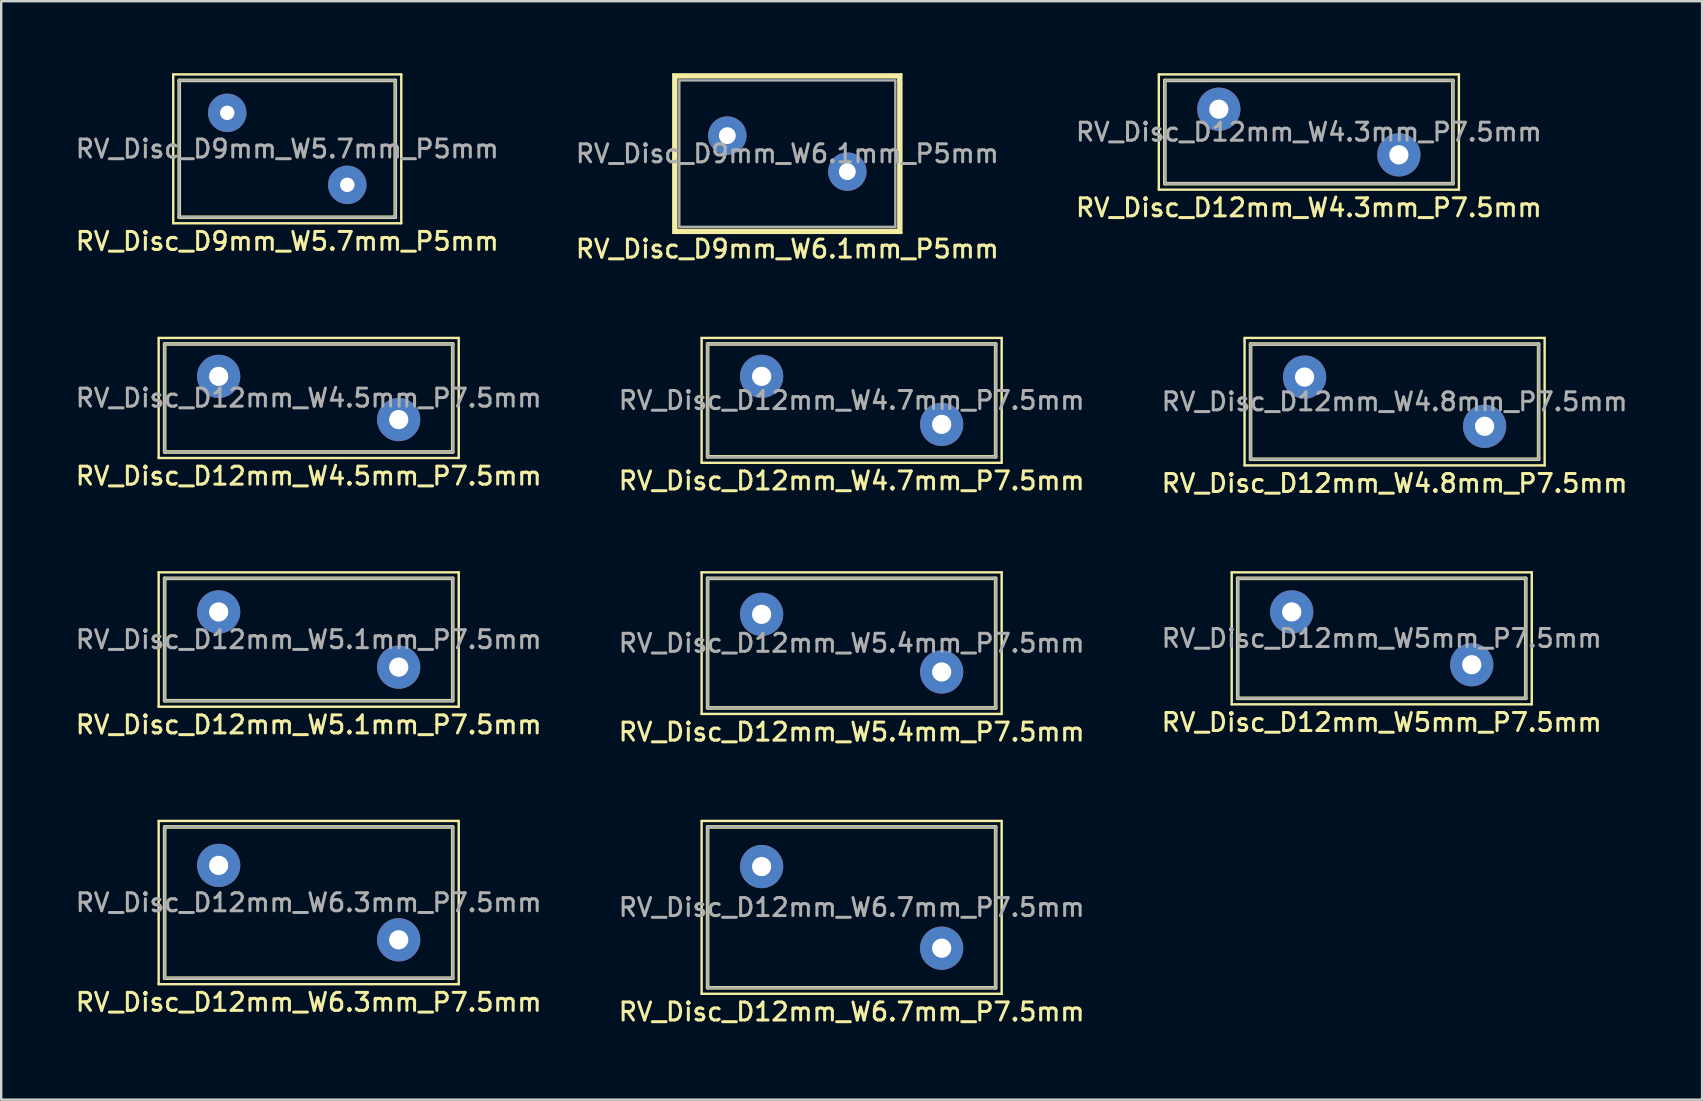
<source format=kicad_pcb>
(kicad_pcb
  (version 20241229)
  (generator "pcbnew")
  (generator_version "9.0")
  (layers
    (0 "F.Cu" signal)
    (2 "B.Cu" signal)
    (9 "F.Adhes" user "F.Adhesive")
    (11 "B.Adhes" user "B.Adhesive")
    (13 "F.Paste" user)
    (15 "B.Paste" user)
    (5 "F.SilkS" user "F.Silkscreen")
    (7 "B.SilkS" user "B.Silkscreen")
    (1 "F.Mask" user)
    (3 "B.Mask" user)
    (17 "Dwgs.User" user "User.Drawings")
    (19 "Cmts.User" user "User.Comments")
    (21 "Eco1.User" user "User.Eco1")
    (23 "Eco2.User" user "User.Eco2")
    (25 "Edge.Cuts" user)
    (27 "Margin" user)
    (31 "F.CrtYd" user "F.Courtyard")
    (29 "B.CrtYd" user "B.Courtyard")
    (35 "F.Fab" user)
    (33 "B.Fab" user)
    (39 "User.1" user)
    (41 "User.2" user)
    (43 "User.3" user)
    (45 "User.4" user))
  (footprint "RV_Disc_D12mm_W4.5mm_P7.5mm"
    (layer "F.Cu")
    (at 6.059 12.628)
    (property "Reference" "RV_Disc_D12mm_W4.5mm_P7.5mm" (at 3.75 4.15 0) (layer "F.SilkS") (effects (font (size 0.75 0.75) (thickness 0.125))))
    (attr through_hole)
    (fp_line (start -2.5 -1.6) (end -2.5 3.4) (stroke (width 0.1) (type solid)) (layer "F.SilkS"))
    (fp_line (start -2.5 -1.6) (end 10 -1.6) (stroke (width 0.1) (type solid)) (layer "F.SilkS"))
    (fp_line (start -2.5 3.4) (end 10 3.4) (stroke (width 0.1) (type solid)) (layer "F.SilkS"))
    (fp_line (start -2.25 -1.35) (end -2.25 3.15) (stroke (width 0.15) (type solid)) (layer "F.SilkS"))
    (fp_line (start -2.25 -1.35) (end 9.75 -1.35) (stroke (width 0.15) (type solid)) (layer "F.SilkS"))
    (fp_line (start -2.25 3.15) (end 9.75 3.15) (stroke (width 0.15) (type solid)) (layer "F.SilkS"))
    (fp_line (start 9.75 -1.35) (end 9.75 3.15) (stroke (width 0.15) (type solid)) (layer "F.SilkS"))
    (fp_line (start 10 -1.6) (end 10 3.4) (stroke (width 0.1) (type solid)) (layer "F.SilkS"))
    (fp_line (start -2.25 -1.35) (end -2.25 3.15) (stroke (width 0.1) (type solid)) (layer "F.Fab"))
    (fp_line (start -2.25 -1.35) (end 9.75 -1.35) (stroke (width 0.1) (type solid)) (layer "F.Fab"))
    (fp_line (start -2.25 3.15) (end 9.75 3.15) (stroke (width 0.1) (type solid)) (layer "F.Fab"))
    (fp_line (start 9.75 -1.35) (end 9.75 3.15) (stroke (width 0.1) (type solid)) (layer "F.Fab"))
    (fp_text user "${REFERENCE}" (at 3.75 0.9 0) (layer "F.Fab") (effects (font (size 0.75 0.75) (thickness 0.125))))
    (pad "1" thru_hole circle (at 0 0) (size 1.8 1.8) (drill 0.8) (layers "*.Cu" "*.Mask"))
    (pad "2" thru_hole circle (at 7.5 1.8) (size 1.8 1.8) (drill 0.8) (layers "*.Cu" "*.Mask")))
  (footprint "RV_Disc_D12mm_W4.3mm_P7.5mm"
    (layer "F.Cu")
    (at 47.723 1.5)
    (property "Reference" "RV_Disc_D12mm_W4.3mm_P7.5mm" (at 3.75 4.1 0) (layer "F.SilkS") (effects (font (size 0.75 0.75) (thickness 0.125))))
    (attr through_hole)
    (fp_line (start -2.5 -1.45) (end -2.5 3.35) (stroke (width 0.1) (type solid)) (layer "F.SilkS"))
    (fp_line (start -2.5 -1.45) (end 10 -1.45) (stroke (width 0.1) (type solid)) (layer "F.SilkS"))
    (fp_line (start -2.5 3.35) (end 10 3.35) (stroke (width 0.1) (type solid)) (layer "F.SilkS"))
    (fp_line (start -2.25 -1.2) (end -2.25 3.1) (stroke (width 0.15) (type solid)) (layer "F.SilkS"))
    (fp_line (start -2.25 -1.2) (end 9.75 -1.2) (stroke (width 0.15) (type solid)) (layer "F.SilkS"))
    (fp_line (start -2.25 3.1) (end 9.75 3.1) (stroke (width 0.15) (type solid)) (layer "F.SilkS"))
    (fp_line (start 9.75 -1.2) (end 9.75 3.1) (stroke (width 0.15) (type solid)) (layer "F.SilkS"))
    (fp_line (start 10 -1.45) (end 10 3.35) (stroke (width 0.1) (type solid)) (layer "F.SilkS"))
    (fp_line (start -2.25 -1.2) (end -2.25 3.1) (stroke (width 0.1) (type solid)) (layer "F.Fab"))
    (fp_line (start -2.25 -1.2) (end 9.75 -1.2) (stroke (width 0.1) (type solid)) (layer "F.Fab"))
    (fp_line (start -2.25 3.1) (end 9.75 3.1) (stroke (width 0.1) (type solid)) (layer "F.Fab"))
    (fp_line (start 9.75 -1.2) (end 9.75 3.1) (stroke (width 0.1) (type solid)) (layer "F.Fab"))
    (fp_text user "${REFERENCE}" (at 3.75 0.95 0) (layer "F.Fab") (effects (font (size 0.75 0.75) (thickness 0.125))))
    (pad "1" thru_hole circle (at 0 0) (size 1.8 1.8) (drill 0.8) (layers "*.Cu" "*.Mask"))
    (pad "2" thru_hole circle (at 7.5 1.9) (size 1.8 1.8) (drill 0.8) (layers "*.Cu" "*.Mask")))
  (footprint "RV_Disc_D12mm_W4.7mm_P7.5mm"
    (layer "F.Cu")
    (at 28.677 12.628)
    (property "Reference" "RV_Disc_D12mm_W4.7mm_P7.5mm" (at 3.75 4.35 0) (layer "F.SilkS") (effects (font (size 0.75 0.75) (thickness 0.125))))
    (attr through_hole)
    (fp_line (start -2.5 -1.6) (end -2.5 3.6) (stroke (width 0.1) (type solid)) (layer "F.SilkS"))
    (fp_line (start -2.5 -1.6) (end 10 -1.6) (stroke (width 0.1) (type solid)) (layer "F.SilkS"))
    (fp_line (start -2.5 3.6) (end 10 3.6) (stroke (width 0.1) (type solid)) (layer "F.SilkS"))
    (fp_line (start -2.25 -1.35) (end -2.25 3.35) (stroke (width 0.15) (type solid)) (layer "F.SilkS"))
    (fp_line (start -2.25 -1.35) (end 9.75 -1.35) (stroke (width 0.15) (type solid)) (layer "F.SilkS"))
    (fp_line (start -2.25 3.35) (end 9.75 3.35) (stroke (width 0.15) (type solid)) (layer "F.SilkS"))
    (fp_line (start 9.75 -1.35) (end 9.75 3.35) (stroke (width 0.15) (type solid)) (layer "F.SilkS"))
    (fp_line (start 10 -1.6) (end 10 3.6) (stroke (width 0.1) (type solid)) (layer "F.SilkS"))
    (fp_line (start -2.25 -1.35) (end -2.25 3.35) (stroke (width 0.1) (type solid)) (layer "F.Fab"))
    (fp_line (start -2.25 -1.35) (end 9.75 -1.35) (stroke (width 0.1) (type solid)) (layer "F.Fab"))
    (fp_line (start -2.25 3.35) (end 9.75 3.35) (stroke (width 0.1) (type solid)) (layer "F.Fab"))
    (fp_line (start 9.75 -1.35) (end 9.75 3.35) (stroke (width 0.1) (type solid)) (layer "F.Fab"))
    (fp_text user "${REFERENCE}" (at 3.75 1 0) (layer "F.Fab") (effects (font (size 0.75 0.75) (thickness 0.125))))
    (pad "1" thru_hole circle (at 0 0) (size 1.8 1.8) (drill 0.8) (layers "*.Cu" "*.Mask"))
    (pad "2" thru_hole circle (at 7.5 2) (size 1.8 1.8) (drill 0.8) (layers "*.Cu" "*.Mask")))
  (footprint "RV_Disc_D12mm_W4.8mm_P7.5mm"
    (layer "F.Cu")
    (at 51.295 12.658)
    (property "Reference" "RV_Disc_D12mm_W4.8mm_P7.5mm" (at 3.75 4.425 0) (layer "F.SilkS") (effects (font (size 0.75 0.75) (thickness 0.125))))
    (attr through_hole)
    (fp_line (start -2.5 -1.63) (end -2.5 3.68) (stroke (width 0.1) (type solid)) (layer "F.SilkS"))
    (fp_line (start -2.5 -1.63) (end 10 -1.63) (stroke (width 0.1) (type solid)) (layer "F.SilkS"))
    (fp_line (start -2.5 3.68) (end 10 3.68) (stroke (width 0.1) (type solid)) (layer "F.SilkS"))
    (fp_line (start -2.25 -1.375) (end -2.25 3.425) (stroke (width 0.15) (type solid)) (layer "F.SilkS"))
    (fp_line (start -2.25 -1.375) (end 9.75 -1.375) (stroke (width 0.15) (type solid)) (layer "F.SilkS"))
    (fp_line (start -2.25 3.425) (end 9.75 3.425) (stroke (width 0.15) (type solid)) (layer "F.SilkS"))
    (fp_line (start 9.75 -1.375) (end 9.75 3.425) (stroke (width 0.15) (type solid)) (layer "F.SilkS"))
    (fp_line (start 10 -1.63) (end 10 3.68) (stroke (width 0.1) (type solid)) (layer "F.SilkS"))
    (fp_line (start -2.25 -1.375) (end -2.25 3.425) (stroke (width 0.1) (type solid)) (layer "F.Fab"))
    (fp_line (start -2.25 -1.375) (end 9.75 -1.375) (stroke (width 0.1) (type solid)) (layer "F.Fab"))
    (fp_line (start -2.25 3.425) (end 9.75 3.425) (stroke (width 0.1) (type solid)) (layer "F.Fab"))
    (fp_line (start 9.75 -1.375) (end 9.75 3.425) (stroke (width 0.1) (type solid)) (layer "F.Fab"))
    (fp_text user "${REFERENCE}" (at 3.75 1.025 0) (layer "F.Fab") (effects (font (size 0.75 0.75) (thickness 0.125))))
    (pad "1" thru_hole circle (at 0 0) (size 1.8 1.8) (drill 0.8) (layers "*.Cu" "*.Mask"))
    (pad "2" thru_hole circle (at 7.5 2.05) (size 1.8 1.8) (drill 0.8) (layers "*.Cu" "*.Mask")))
  (footprint "RV_Disc_D12mm_W6.7mm_P7.5mm"
    (layer "F.Cu")
    (at 28.677 33.049)
    (property "Reference" "RV_Disc_D12mm_W6.7mm_P7.5mm" (at 3.75 6.05 0) (layer "F.SilkS") (effects (font (size 0.75 0.75) (thickness 0.125))))
    (attr through_hole)
    (fp_line (start -2.5 -1.9) (end -2.5 5.3) (stroke (width 0.1) (type solid)) (layer "F.SilkS"))
    (fp_line (start -2.5 -1.9) (end 10 -1.9) (stroke (width 0.1) (type solid)) (layer "F.SilkS"))
    (fp_line (start -2.5 5.3) (end 10 5.3) (stroke (width 0.1) (type solid)) (layer "F.SilkS"))
    (fp_line (start -2.25 -1.65) (end -2.25 5.05) (stroke (width 0.15) (type solid)) (layer "F.SilkS"))
    (fp_line (start -2.25 -1.65) (end 9.75 -1.65) (stroke (width 0.15) (type solid)) (layer "F.SilkS"))
    (fp_line (start -2.25 5.05) (end 9.75 5.05) (stroke (width 0.15) (type solid)) (layer "F.SilkS"))
    (fp_line (start 9.75 -1.65) (end 9.75 5.05) (stroke (width 0.15) (type solid)) (layer "F.SilkS"))
    (fp_line (start 10 -1.9) (end 10 5.3) (stroke (width 0.1) (type solid)) (layer "F.SilkS"))
    (fp_line (start -2.25 -1.65) (end -2.25 5.05) (stroke (width 0.1) (type solid)) (layer "F.Fab"))
    (fp_line (start -2.25 -1.65) (end 9.75 -1.65) (stroke (width 0.1) (type solid)) (layer "F.Fab"))
    (fp_line (start -2.25 5.05) (end 9.75 5.05) (stroke (width 0.1) (type solid)) (layer "F.Fab"))
    (fp_line (start 9.75 -1.65) (end 9.75 5.05) (stroke (width 0.1) (type solid)) (layer "F.Fab"))
    (fp_text user "${REFERENCE}" (at 3.75 1.7 0) (layer "F.Fab") (effects (font (size 0.75 0.75) (thickness 0.125))))
    (pad "1" thru_hole circle (at 0 0) (size 1.8 1.8) (drill 0.8) (layers "*.Cu" "*.Mask"))
    (pad "2" thru_hole circle (at 7.5 3.4) (size 1.8 1.8) (drill 0.8) (layers "*.Cu" "*.Mask")))
  (footprint "RV_Disc_D9mm_W5.7mm_P5mm"
    (layer "F.Cu")
    (at 6.416 1.65)
    (property "Reference" "RV_Disc_D9mm_W5.7mm_P5mm" (at 2.5 5.35 0) (layer "F.SilkS") (effects (font (size 0.75 0.75) (thickness 0.125))))
    (attr through_hole)
    (fp_line (start -2.25 -1.6) (end -2.25 4.6) (stroke (width 0.1) (type solid)) (layer "F.SilkS"))
    (fp_line (start -2.25 -1.6) (end 7.25 -1.6) (stroke (width 0.1) (type solid)) (layer "F.SilkS"))
    (fp_line (start -2.25 4.6) (end 7.25 4.6) (stroke (width 0.1) (type solid)) (layer "F.SilkS"))
    (fp_line (start -2 -1.35) (end -2 4.35) (stroke (width 0.15) (type solid)) (layer "F.SilkS"))
    (fp_line (start -2 -1.35) (end 7 -1.35) (stroke (width 0.15) (type solid)) (layer "F.SilkS"))
    (fp_line (start -2 4.35) (end 7 4.35) (stroke (width 0.15) (type solid)) (layer "F.SilkS"))
    (fp_line (start 7 -1.35) (end 7 4.35) (stroke (width 0.15) (type solid)) (layer "F.SilkS"))
    (fp_line (start 7.25 -1.6) (end 7.25 4.6) (stroke (width 0.1) (type solid)) (layer "F.SilkS"))
    (fp_line (start -2 -1.35) (end -2 4.35) (stroke (width 0.1) (type solid)) (layer "F.Fab"))
    (fp_line (start -2 -1.35) (end 7 -1.35) (stroke (width 0.1) (type solid)) (layer "F.Fab"))
    (fp_line (start -2 4.35) (end 7 4.35) (stroke (width 0.1) (type solid)) (layer "F.Fab"))
    (fp_line (start 7 -1.35) (end 7 4.35) (stroke (width 0.1) (type solid)) (layer "F.Fab"))
    (fp_text user "${REFERENCE}" (at 2.5 1.5 0) (layer "F.Fab") (effects (font (size 0.75 0.75) (thickness 0.125))))
    (pad "1" thru_hole circle (at 0 0) (size 1.6 1.6) (drill 0.6) (layers "*.Cu" "*.Mask"))
    (pad "2" thru_hole circle (at 5 3) (size 1.6 1.6) (drill 0.6) (layers "*.Cu" "*.Mask")))
  (footprint "RV_Disc_D9mm_W6.1mm_P5mm"
    (layer "F.Cu")
    (at 27.248 2.6)
    (property "Reference" "RV_Disc_D9mm_W6.1mm_P5mm" (at 2.5 4.72 0) (layer "F.SilkS") (effects (font (size 0.75 0.75) (thickness 0.125))))
    (attr through_hole)
    (fp_line (start -2.25 -2.55) (end -2.25 4.05) (stroke (width 0.1) (type solid)) (layer "F.SilkS"))
    (fp_line (start -2.25 -2.55) (end 7.25 -2.55) (stroke (width 0.1) (type solid)) (layer "F.SilkS"))
    (fp_line (start -2.25 4.05) (end 7.25 4.05) (stroke (width 0.1) (type solid)) (layer "F.SilkS"))
    (fp_line (start -2.15 -2.45) (end -2.15 3.95) (stroke (width 0.15) (type solid)) (layer "F.SilkS"))
    (fp_line (start -2.15 -2.45) (end 7.15 -2.45) (stroke (width 0.15) (type solid)) (layer "F.SilkS"))
    (fp_line (start -2.15 3.95) (end 7.15 3.95) (stroke (width 0.15) (type solid)) (layer "F.SilkS"))
    (fp_line (start 7.15 -2.45) (end 7.15 3.95) (stroke (width 0.15) (type solid)) (layer "F.SilkS"))
    (fp_line (start 7.25 -2.55) (end 7.25 4.05) (stroke (width 0.1) (type solid)) (layer "F.SilkS"))
    (fp_line (start -2 -2.3) (end -2 3.8) (stroke (width 0.1) (type solid)) (layer "F.Fab"))
    (fp_line (start -2 -2.3) (end 7 -2.3) (stroke (width 0.1) (type solid)) (layer "F.Fab"))
    (fp_line (start -2 3.8) (end 7 3.8) (stroke (width 0.1) (type solid)) (layer "F.Fab"))
    (fp_line (start 7 -2.3) (end 7 3.8) (stroke (width 0.1) (type solid)) (layer "F.Fab"))
    (fp_text user "${REFERENCE}" (at 2.5 0.75 0) (layer "F.Fab") (effects (font (size 0.75 0.75) (thickness 0.125))))
    (pad "1" thru_hole circle (at 0 0) (size 1.6 1.6) (drill 0.7) (layers "*.Cu" "*.Mask"))
    (pad "2" thru_hole circle (at 5 1.5 90) (size 1.6 1.6) (drill 0.7) (layers "*.Cu" "*.Mask")))
  (footprint "RV_Disc_D12mm_W6.3mm_P7.5mm"
    (layer "F.Cu")
    (at 6.059 32.999)
    (property "Reference" "RV_Disc_D12mm_W6.3mm_P7.5mm" (at 3.75 5.7 0) (layer "F.SilkS") (effects (font (size 0.75 0.75) (thickness 0.125))))
    (attr through_hole)
    (fp_line (start -2.5 -1.85) (end -2.5 4.95) (stroke (width 0.1) (type solid)) (layer "F.SilkS"))
    (fp_line (start -2.5 -1.85) (end 10 -1.85) (stroke (width 0.1) (type solid)) (layer "F.SilkS"))
    (fp_line (start -2.5 4.95) (end 10 4.95) (stroke (width 0.1) (type solid)) (layer "F.SilkS"))
    (fp_line (start -2.25 -1.6) (end -2.25 4.7) (stroke (width 0.15) (type solid)) (layer "F.SilkS"))
    (fp_line (start -2.25 -1.6) (end 9.75 -1.6) (stroke (width 0.15) (type solid)) (layer "F.SilkS"))
    (fp_line (start -2.25 4.7) (end 9.75 4.7) (stroke (width 0.15) (type solid)) (layer "F.SilkS"))
    (fp_line (start 9.75 -1.6) (end 9.75 4.7) (stroke (width 0.15) (type solid)) (layer "F.SilkS"))
    (fp_line (start 10 -1.85) (end 10 4.95) (stroke (width 0.1) (type solid)) (layer "F.SilkS"))
    (fp_line (start -2.25 -1.6) (end -2.25 4.7) (stroke (width 0.1) (type solid)) (layer "F.Fab"))
    (fp_line (start -2.25 -1.6) (end 9.75 -1.6) (stroke (width 0.1) (type solid)) (layer "F.Fab"))
    (fp_line (start -2.25 4.7) (end 9.75 4.7) (stroke (width 0.1) (type solid)) (layer "F.Fab"))
    (fp_line (start 9.75 -1.6) (end 9.75 4.7) (stroke (width 0.1) (type solid)) (layer "F.Fab"))
    (fp_text user "${REFERENCE}" (at 3.75 1.55 0) (layer "F.Fab") (effects (font (size 0.75 0.75) (thickness 0.125))))
    (pad "1" thru_hole circle (at 0 0) (size 1.8 1.8) (drill 0.8) (layers "*.Cu" "*.Mask"))
    (pad "2" thru_hole circle (at 7.5 3.1) (size 1.8 1.8) (drill 0.8) (layers "*.Cu" "*.Mask")))
  (footprint "RV_Disc_D12mm_W5.1mm_P7.5mm"
    (layer "F.Cu")
    (at 6.059 22.441)
    (property "Reference" "RV_Disc_D12mm_W5.1mm_P7.5mm" (at 3.75 4.7 0) (layer "F.SilkS") (effects (font (size 0.75 0.75) (thickness 0.125))))
    (attr through_hole)
    (fp_line (start -2.5 -1.65) (end -2.5 3.95) (stroke (width 0.1) (type solid)) (layer "F.SilkS"))
    (fp_line (start -2.5 -1.65) (end 10 -1.65) (stroke (width 0.1) (type solid)) (layer "F.SilkS"))
    (fp_line (start -2.5 3.95) (end 10 3.95) (stroke (width 0.1) (type solid)) (layer "F.SilkS"))
    (fp_line (start -2.25 -1.4) (end -2.25 3.7) (stroke (width 0.15) (type solid)) (layer "F.SilkS"))
    (fp_line (start -2.25 -1.4) (end 9.75 -1.4) (stroke (width 0.15) (type solid)) (layer "F.SilkS"))
    (fp_line (start -2.25 3.7) (end 9.75 3.7) (stroke (width 0.15) (type solid)) (layer "F.SilkS"))
    (fp_line (start 9.75 -1.4) (end 9.75 3.7) (stroke (width 0.15) (type solid)) (layer "F.SilkS"))
    (fp_line (start 10 -1.65) (end 10 3.95) (stroke (width 0.1) (type solid)) (layer "F.SilkS"))
    (fp_line (start -2.25 -1.4) (end -2.25 3.7) (stroke (width 0.1) (type solid)) (layer "F.Fab"))
    (fp_line (start -2.25 -1.4) (end 9.75 -1.4) (stroke (width 0.1) (type solid)) (layer "F.Fab"))
    (fp_line (start -2.25 3.7) (end 9.75 3.7) (stroke (width 0.1) (type solid)) (layer "F.Fab"))
    (fp_line (start 9.75 -1.4) (end 9.75 3.7) (stroke (width 0.1) (type solid)) (layer "F.Fab"))
    (fp_text user "${REFERENCE}" (at 3.75 1.15 0) (layer "F.Fab") (effects (font (size 0.75 0.75) (thickness 0.125))))
    (pad "1" thru_hole circle (at 0 0) (size 1.8 1.8) (drill 0.8) (layers "*.Cu" "*.Mask"))
    (pad "2" thru_hole circle (at 7.5 2.3) (size 1.8 1.8) (drill 0.8) (layers "*.Cu" "*.Mask")))
  (footprint "RV_Disc_D12mm_W5.4mm_P7.5mm"
    (layer "F.Cu")
    (at 28.677 22.541)
    (property "Reference" "RV_Disc_D12mm_W5.4mm_P7.5mm" (at 3.75 4.9 0) (layer "F.SilkS") (effects (font (size 0.75 0.75) (thickness 0.125))))
    (attr through_hole)
    (fp_line (start -2.5 -1.75) (end -2.5 4.15) (stroke (width 0.1) (type solid)) (layer "F.SilkS"))
    (fp_line (start -2.5 -1.75) (end 10 -1.75) (stroke (width 0.1) (type solid)) (layer "F.SilkS"))
    (fp_line (start -2.5 4.15) (end 10 4.15) (stroke (width 0.1) (type solid)) (layer "F.SilkS"))
    (fp_line (start -2.25 -1.5) (end -2.25 3.9) (stroke (width 0.15) (type solid)) (layer "F.SilkS"))
    (fp_line (start -2.25 -1.5) (end 9.75 -1.5) (stroke (width 0.15) (type solid)) (layer "F.SilkS"))
    (fp_line (start -2.25 3.9) (end 9.75 3.9) (stroke (width 0.15) (type solid)) (layer "F.SilkS"))
    (fp_line (start 9.75 -1.5) (end 9.75 3.9) (stroke (width 0.15) (type solid)) (layer "F.SilkS"))
    (fp_line (start 10 -1.75) (end 10 4.15) (stroke (width 0.1) (type solid)) (layer "F.SilkS"))
    (fp_line (start -2.25 -1.5) (end -2.25 3.9) (stroke (width 0.1) (type solid)) (layer "F.Fab"))
    (fp_line (start -2.25 -1.5) (end 9.75 -1.5) (stroke (width 0.1) (type solid)) (layer "F.Fab"))
    (fp_line (start -2.25 3.9) (end 9.75 3.9) (stroke (width 0.1) (type solid)) (layer "F.Fab"))
    (fp_line (start 9.75 -1.5) (end 9.75 3.9) (stroke (width 0.1) (type solid)) (layer "F.Fab"))
    (fp_text user "${REFERENCE}" (at 3.75 1.2 0) (layer "F.Fab") (effects (font (size 0.75 0.75) (thickness 0.125))))
    (pad "1" thru_hole circle (at 0 0) (size 1.8 1.8) (drill 0.8) (layers "*.Cu" "*.Mask"))
    (pad "2" thru_hole circle (at 7.5 2.4) (size 1.8 1.8) (drill 0.8) (layers "*.Cu" "*.Mask")))
  (footprint "RV_Disc_D12mm_W5mm_P7.5mm"
    (layer "F.Cu")
    (at 50.759 22.441)
    (property "Reference" "RV_Disc_D12mm_W5mm_P7.5mm" (at 3.75 4.6 0) (layer "F.SilkS") (effects (font (size 0.75 0.75) (thickness 0.125))))
    (attr through_hole)
    (fp_line (start -2.5 -1.65) (end -2.5 3.85) (stroke (width 0.1) (type solid)) (layer "F.SilkS"))
    (fp_line (start -2.5 -1.65) (end 10 -1.65) (stroke (width 0.1) (type solid)) (layer "F.SilkS"))
    (fp_line (start -2.5 3.85) (end 10 3.85) (stroke (width 0.1) (type solid)) (layer "F.SilkS"))
    (fp_line (start -2.25 -1.4) (end -2.25 3.6) (stroke (width 0.15) (type solid)) (layer "F.SilkS"))
    (fp_line (start -2.25 -1.4) (end 9.75 -1.4) (stroke (width 0.15) (type solid)) (layer "F.SilkS"))
    (fp_line (start -2.25 3.6) (end 9.75 3.6) (stroke (width 0.15) (type solid)) (layer "F.SilkS"))
    (fp_line (start 9.75 -1.4) (end 9.75 3.6) (stroke (width 0.15) (type solid)) (layer "F.SilkS"))
    (fp_line (start 10 -1.65) (end 10 3.85) (stroke (width 0.1) (type solid)) (layer "F.SilkS"))
    (fp_line (start -2.25 -1.4) (end -2.25 3.6) (stroke (width 0.1) (type solid)) (layer "F.Fab"))
    (fp_line (start -2.25 -1.4) (end 9.75 -1.4) (stroke (width 0.1) (type solid)) (layer "F.Fab"))
    (fp_line (start -2.25 3.6) (end 9.75 3.6) (stroke (width 0.1) (type solid)) (layer "F.Fab"))
    (fp_line (start 9.75 -1.4) (end 9.75 3.6) (stroke (width 0.1) (type solid)) (layer "F.Fab"))
    (fp_text user "${REFERENCE}" (at 3.75 1.1 0) (layer "F.Fab") (effects (font (size 0.75 0.75) (thickness 0.125))))
    (pad "1" thru_hole circle (at 0 0) (size 1.8 1.8) (drill 0.8) (layers "*.Cu" "*.Mask"))
    (pad "2" thru_hole circle (at 7.5 2.2) (size 1.8 1.8) (drill 0.8) (layers "*.Cu" "*.Mask")))
  (gr_rect
    (start -3 -3)
    (end 67.854 42.758)
    (stroke (width 0.1) (type default))
    (fill no)
    (layer "Edge.Cuts")))
</source>
